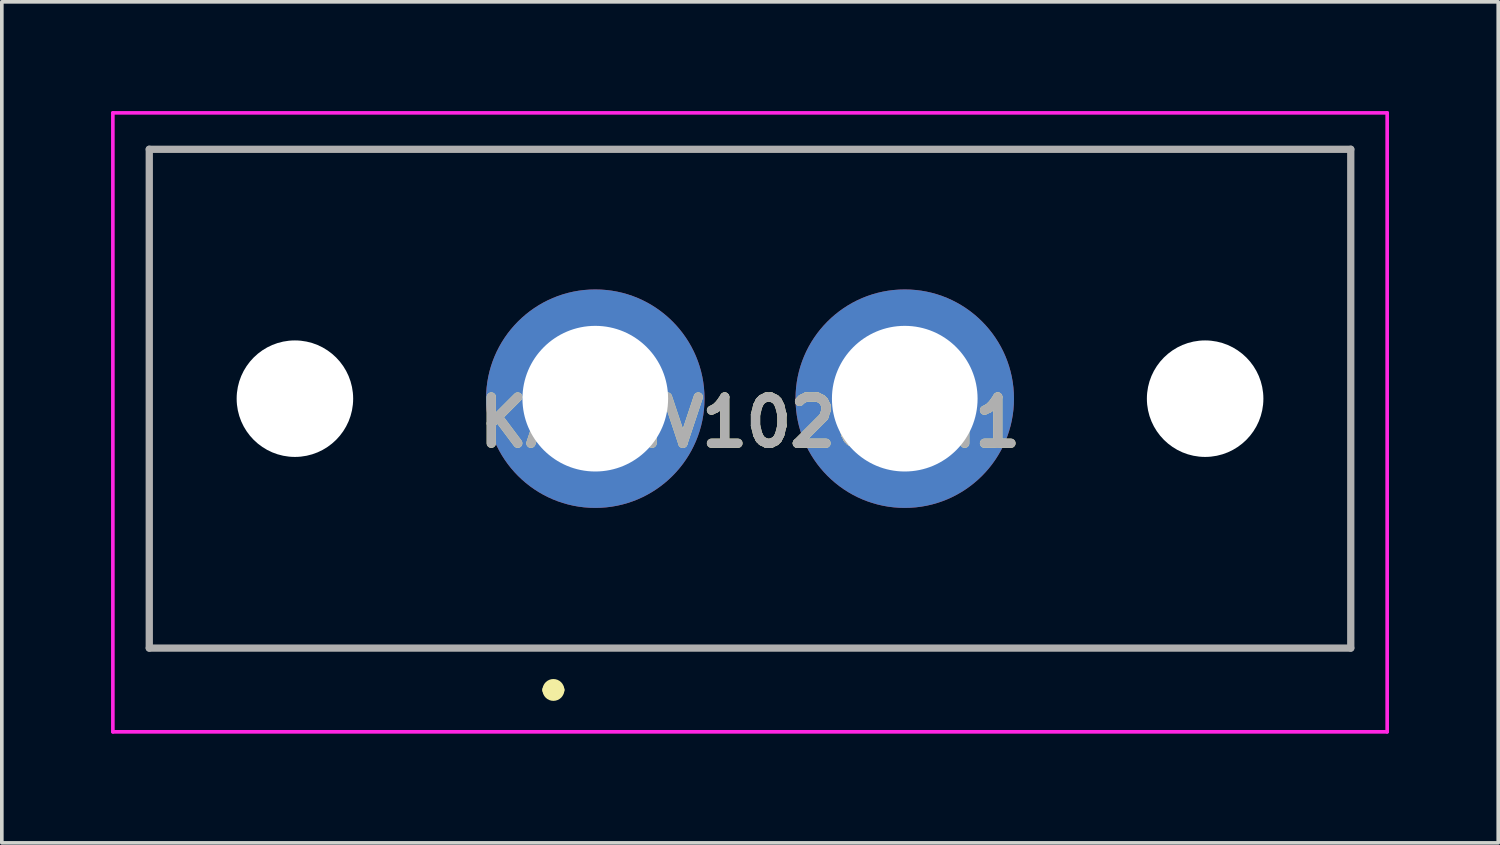
<source format=kicad_pcb>
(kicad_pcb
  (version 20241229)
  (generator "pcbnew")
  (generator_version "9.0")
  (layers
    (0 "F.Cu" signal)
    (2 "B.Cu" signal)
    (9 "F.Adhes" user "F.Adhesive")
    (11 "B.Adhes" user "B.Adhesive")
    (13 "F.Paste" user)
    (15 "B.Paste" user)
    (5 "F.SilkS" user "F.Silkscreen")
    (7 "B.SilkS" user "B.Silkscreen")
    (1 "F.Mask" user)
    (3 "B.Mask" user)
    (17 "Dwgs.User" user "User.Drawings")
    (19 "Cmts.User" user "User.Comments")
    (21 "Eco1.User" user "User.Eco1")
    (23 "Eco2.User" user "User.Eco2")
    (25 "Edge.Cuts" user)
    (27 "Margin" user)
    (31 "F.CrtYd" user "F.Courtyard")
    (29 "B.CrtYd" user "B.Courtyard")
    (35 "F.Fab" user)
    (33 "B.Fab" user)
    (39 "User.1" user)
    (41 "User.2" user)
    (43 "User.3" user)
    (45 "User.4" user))
  (footprint "KA1MV10205M1"
    (layer "F.Cu")
    (at 13.3 7.9)
    (property "Reference" "KA1MV10205M1" (at 4.25 0.65 0) (layer "F.SilkS") (effects (font (size 1.27 1.27) (thickness 0.254))))
    (attr through_hole)
    (fp_line (start -12.25 -6.85) (end 20.75 -6.85) (stroke (width 0.1) (type solid)) (layer "F.SilkS"))
    (fp_line (start -12.25 6.85) (end -12.25 -6.85) (stroke (width 0.1) (type solid)) (layer "F.SilkS"))
    (fp_line (start -1.3 8) (end -1.3 8) (stroke (width 0.3) (type solid)) (layer "F.SilkS"))
    (fp_line (start -1 8) (end -1 8) (stroke (width 0.3) (type solid)) (layer "F.SilkS"))
    (fp_line (start 20.75 -6.85) (end 20.75 6.85) (stroke (width 0.1) (type solid)) (layer "F.SilkS"))
    (fp_line (start 20.75 6.85) (end -12.25 6.85) (stroke (width 0.1) (type solid)) (layer "F.SilkS"))
    (fp_arc (start -1.3 8) (mid -1.15 7.85) (end -1 8) (stroke (width 0.3) (type solid)) (layer "F.SilkS"))
    (fp_arc (start -1 8) (mid -1.15 8.15) (end -1.3 8) (stroke (width 0.3) (type solid)) (layer "F.SilkS"))
    (fp_line (start -13.25 -7.85) (end 21.75 -7.85) (stroke (width 0.1) (type solid)) (layer "F.CrtYd"))
    (fp_line (start -13.25 9.15) (end -13.25 -7.85) (stroke (width 0.1) (type solid)) (layer "F.CrtYd"))
    (fp_line (start 21.75 -7.85) (end 21.75 9.15) (stroke (width 0.1) (type solid)) (layer "F.CrtYd"))
    (fp_line (start 21.75 9.15) (end -13.25 9.15) (stroke (width 0.1) (type solid)) (layer "F.CrtYd"))
    (fp_line (start -12.25 -6.85) (end 20.75 -6.85) (stroke (width 0.2) (type solid)) (layer "F.Fab"))
    (fp_line (start -12.25 6.85) (end -12.25 -6.85) (stroke (width 0.2) (type solid)) (layer "F.Fab"))
    (fp_line (start 20.75 -6.85) (end 20.75 6.85) (stroke (width 0.2) (type solid)) (layer "F.Fab"))
    (fp_line (start 20.75 6.85) (end -12.25 6.85) (stroke (width 0.2) (type solid)) (layer "F.Fab"))
    (fp_text user "${REFERENCE}" (at 4.25 0.65 0) (layer "F.Fab") (effects (font (size 1.27 1.27) (thickness 0.254))))
    (pad "" np_thru_hole circle (at -8.25 0) (size 3.2 3.2) (drill 3.2) (layers "*.Cu" "*.Mask"))
    (pad "" np_thru_hole circle (at 16.75 0) (size 3.2 3.2) (drill 3.2) (layers "*.Cu" "*.Mask"))
    (pad "1" thru_hole circle (at 0 0) (size 6 6) (drill 4) (layers "*.Cu" "*.Mask"))
    (pad "2" thru_hole circle (at 8.5 0) (size 6 6) (drill 4) (layers "*.Cu" "*.Mask")))
  (gr_rect
    (start -3 -3)
    (end 38.1 20.1)
    (stroke (width 0.1) (type default))
    (fill no)
    (layer "Edge.Cuts")))
</source>
